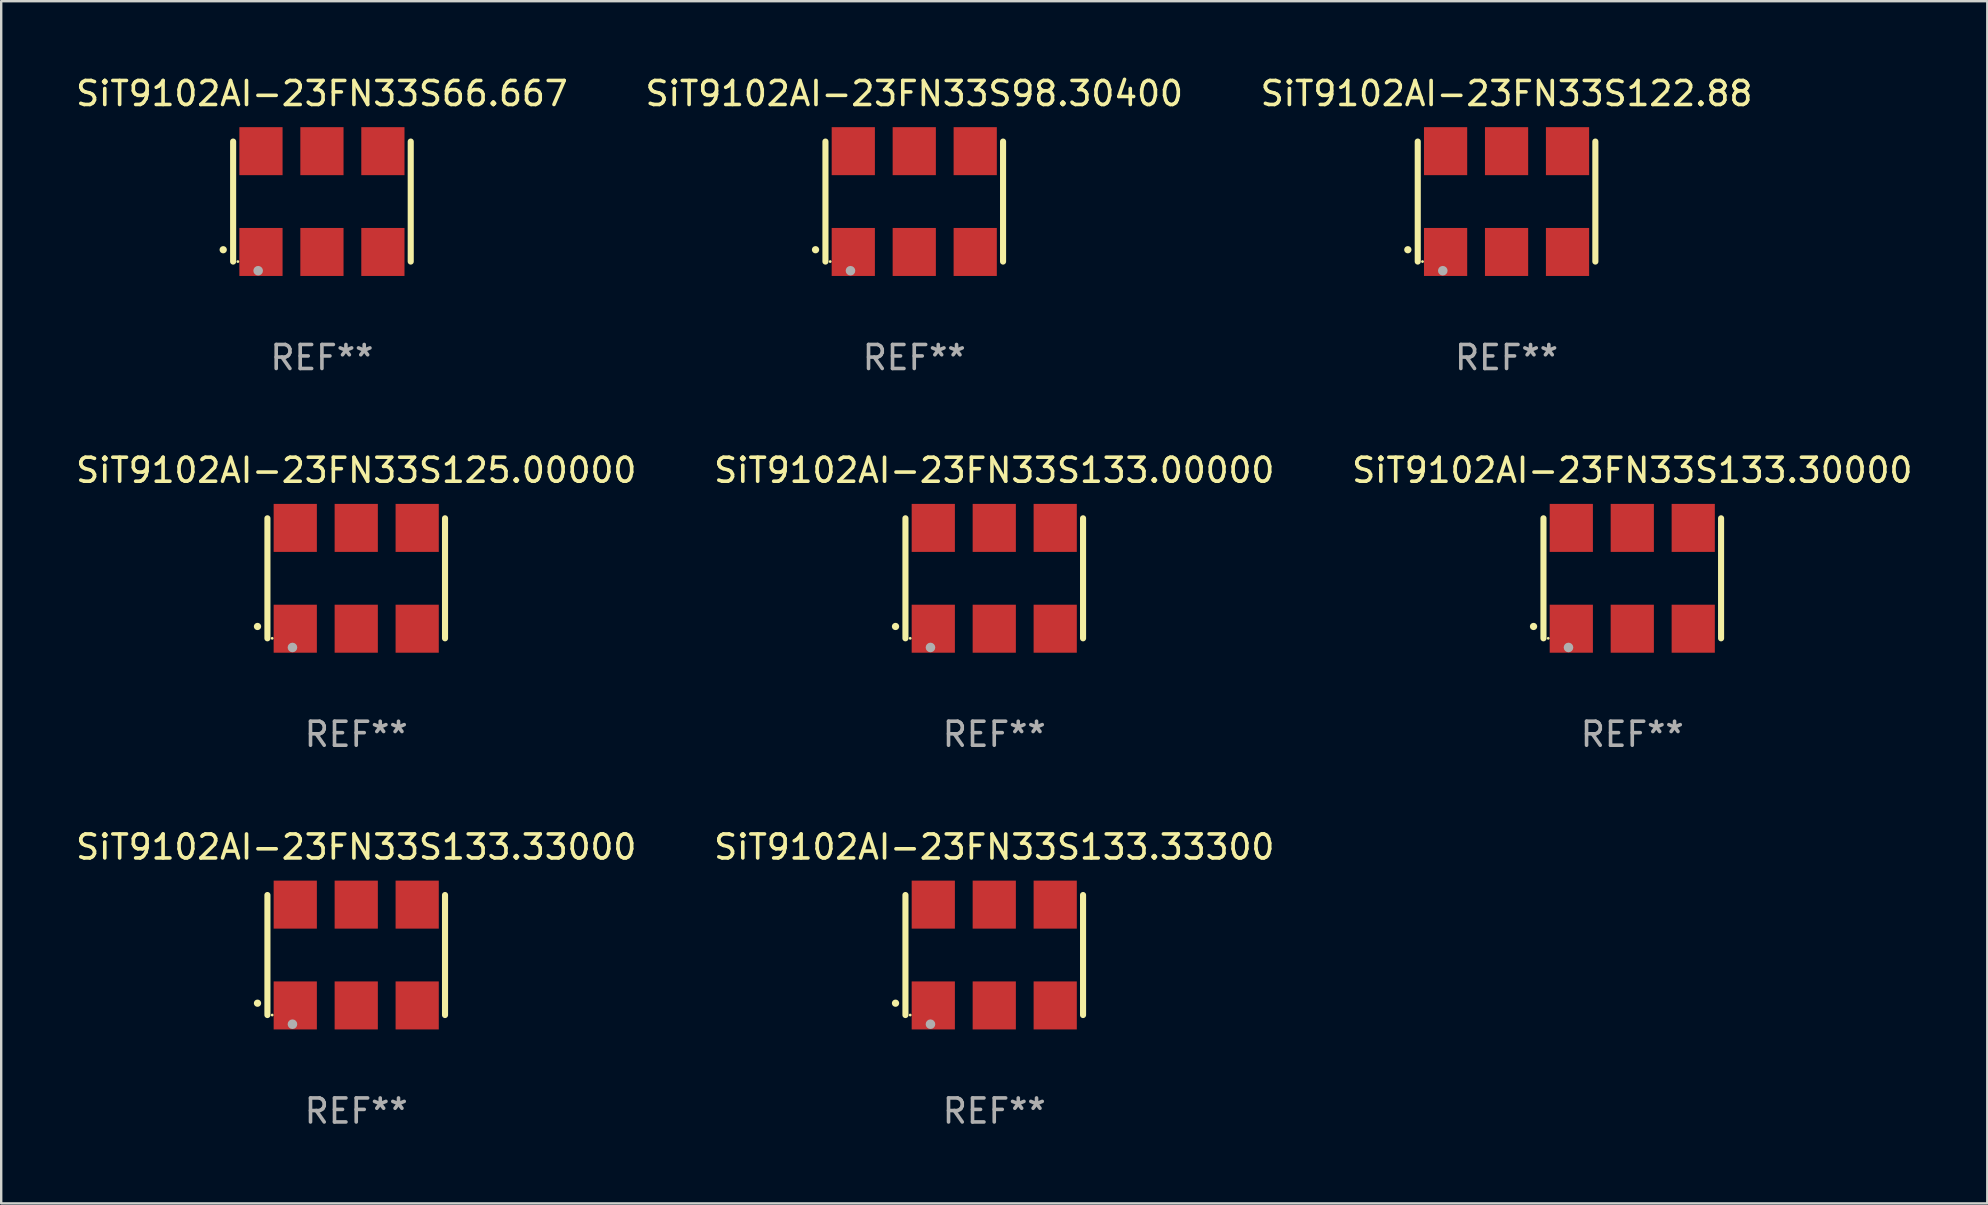
<source format=kicad_pcb>
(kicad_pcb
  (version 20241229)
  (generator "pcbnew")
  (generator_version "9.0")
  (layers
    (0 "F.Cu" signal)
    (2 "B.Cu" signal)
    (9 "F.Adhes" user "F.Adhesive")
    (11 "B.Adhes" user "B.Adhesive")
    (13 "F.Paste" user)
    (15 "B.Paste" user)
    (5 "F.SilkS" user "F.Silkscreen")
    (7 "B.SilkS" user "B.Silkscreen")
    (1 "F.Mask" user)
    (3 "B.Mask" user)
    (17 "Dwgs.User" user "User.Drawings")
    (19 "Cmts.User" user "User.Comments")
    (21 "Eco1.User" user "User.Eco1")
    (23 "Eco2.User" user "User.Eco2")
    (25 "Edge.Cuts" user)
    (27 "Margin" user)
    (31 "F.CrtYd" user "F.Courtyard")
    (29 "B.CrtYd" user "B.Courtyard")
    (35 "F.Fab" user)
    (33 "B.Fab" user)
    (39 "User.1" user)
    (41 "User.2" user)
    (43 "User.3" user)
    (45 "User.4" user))
  (footprint "SiT9102AI-23FN33S66.667"
    (layer "F.Cu")
    (at 10.363 5.348)
    (property "Reference" "SiT9102AI-23FN33S66.667" (at 0 -4.5 0) (layer "F.SilkS") (effects (font (size 1 1) (thickness 0.15))))
    (attr through_hole)
    (fp_line (start -3.7 -2.5) (end -3.7 2.5) (stroke (width 0.254) (type solid)) (layer "F.SilkS"))
    (fp_line (start 3.7 -2.5) (end 3.7 2.5) (stroke (width 0.254) (type solid)) (layer "F.SilkS"))
    (fp_arc (start -4.114415 2.006604) (mid -4.113145 2.006599) (end -4.111875 2.006604) (stroke (width 0.3) (type solid)) (layer "F.SilkS"))
    (fp_circle (center -3.502 2.5) (end -3.472 2.5) (stroke (width 0.06) (type solid)) (fill no) (layer "F.SilkS"))
    (fp_circle (center -2.657 2.882) (end -2.557 2.882) (stroke (width 0.2) (type solid)) (fill no) (layer "F.Fab"))
    (fp_text user "REF**" (at 0 6.5 0) (layer "F.Fab") (effects (font (size 1 1) (thickness 0.15))))
    (pad "1" smd rect (at -2.54 2.1) (size 1.8 2) (layers "F.Cu" "F.Mask" "F.Paste"))
    (pad "2" smd rect (at 0.000394 2.1) (size 1.8 2) (layers "F.Cu" "F.Mask" "F.Paste"))
    (pad "3" smd rect (at 2.54 2.1) (size 1.8 2) (layers "F.Cu" "F.Mask" "F.Paste"))
    (pad "4" smd rect (at 2.54 -2.1) (size 1.8 2) (layers "F.Cu" "F.Mask" "F.Paste"))
    (pad "5" smd rect (at 0.000394 -2.1) (size 1.8 2) (layers "F.Cu" "F.Mask" "F.Paste"))
    (pad "6" smd rect (at -2.54 -2.1) (size 1.8 2) (layers "F.Cu" "F.Mask" "F.Paste")))
  (footprint "SiT9102AI-23FN33S133.00000"
    (layer "F.Cu")
    (at 38.375 21.045)
    (property "Reference" "SiT9102AI-23FN33S133.00000" (at 0 -4.5 0) (layer "F.SilkS") (effects (font (size 1 1) (thickness 0.15))))
    (attr through_hole)
    (fp_line (start -3.7 -2.5) (end -3.7 2.5) (stroke (width 0.254) (type solid)) (layer "F.SilkS"))
    (fp_line (start 3.7 -2.5) (end 3.7 2.5) (stroke (width 0.254) (type solid)) (layer "F.SilkS"))
    (fp_arc (start -4.114415 2.006604) (mid -4.113145 2.006599) (end -4.111875 2.006604) (stroke (width 0.3) (type solid)) (layer "F.SilkS"))
    (fp_circle (center -3.502 2.5) (end -3.472 2.5) (stroke (width 0.06) (type solid)) (fill no) (layer "F.SilkS"))
    (fp_circle (center -2.657 2.882) (end -2.557 2.882) (stroke (width 0.2) (type solid)) (fill no) (layer "F.Fab"))
    (fp_text user "REF**" (at 0 6.5 0) (layer "F.Fab") (effects (font (size 1 1) (thickness 0.15))))
    (pad "1" smd rect (at -2.54 2.1) (size 1.8 2) (layers "F.Cu" "F.Mask" "F.Paste"))
    (pad "2" smd rect (at 0.000394 2.1) (size 1.8 2) (layers "F.Cu" "F.Mask" "F.Paste"))
    (pad "3" smd rect (at 2.54 2.1) (size 1.8 2) (layers "F.Cu" "F.Mask" "F.Paste"))
    (pad "4" smd rect (at 2.54 -2.1) (size 1.8 2) (layers "F.Cu" "F.Mask" "F.Paste"))
    (pad "5" smd rect (at 0.000394 -2.1) (size 1.8 2) (layers "F.Cu" "F.Mask" "F.Paste"))
    (pad "6" smd rect (at -2.54 -2.1) (size 1.8 2) (layers "F.Cu" "F.Mask" "F.Paste")))
  (footprint "SiT9102AI-23FN33S133.30000"
    (layer "F.Cu")
    (at 64.958 21.045)
    (property "Reference" "SiT9102AI-23FN33S133.30000" (at 0 -4.5 0) (layer "F.SilkS") (effects (font (size 1 1) (thickness 0.15))))
    (attr through_hole)
    (fp_line (start -3.7 -2.5) (end -3.7 2.5) (stroke (width 0.254) (type solid)) (layer "F.SilkS"))
    (fp_line (start 3.7 -2.5) (end 3.7 2.5) (stroke (width 0.254) (type solid)) (layer "F.SilkS"))
    (fp_arc (start -4.114415 2.006604) (mid -4.113145 2.006599) (end -4.111875 2.006604) (stroke (width 0.3) (type solid)) (layer "F.SilkS"))
    (fp_circle (center -3.502 2.5) (end -3.472 2.5) (stroke (width 0.06) (type solid)) (fill no) (layer "F.SilkS"))
    (fp_circle (center -2.657 2.882) (end -2.557 2.882) (stroke (width 0.2) (type solid)) (fill no) (layer "F.Fab"))
    (fp_text user "REF**" (at 0 6.5 0) (layer "F.Fab") (effects (font (size 1 1) (thickness 0.15))))
    (pad "1" smd rect (at -2.54 2.1) (size 1.8 2) (layers "F.Cu" "F.Mask" "F.Paste"))
    (pad "2" smd rect (at 0.000394 2.1) (size 1.8 2) (layers "F.Cu" "F.Mask" "F.Paste"))
    (pad "3" smd rect (at 2.54 2.1) (size 1.8 2) (layers "F.Cu" "F.Mask" "F.Paste"))
    (pad "4" smd rect (at 2.54 -2.1) (size 1.8 2) (layers "F.Cu" "F.Mask" "F.Paste"))
    (pad "5" smd rect (at 0.000394 -2.1) (size 1.8 2) (layers "F.Cu" "F.Mask" "F.Paste"))
    (pad "6" smd rect (at -2.54 -2.1) (size 1.8 2) (layers "F.Cu" "F.Mask" "F.Paste")))
  (footprint "SiT9102AI-23FN33S133.33300"
    (layer "F.Cu")
    (at 38.375 36.741)
    (property "Reference" "SiT9102AI-23FN33S133.33300" (at 0 -4.5 0) (layer "F.SilkS") (effects (font (size 1 1) (thickness 0.15))))
    (attr through_hole)
    (fp_line (start -3.7 -2.5) (end -3.7 2.5) (stroke (width 0.254) (type solid)) (layer "F.SilkS"))
    (fp_line (start 3.7 -2.5) (end 3.7 2.5) (stroke (width 0.254) (type solid)) (layer "F.SilkS"))
    (fp_arc (start -4.114415 2.006604) (mid -4.113145 2.006599) (end -4.111875 2.006604) (stroke (width 0.3) (type solid)) (layer "F.SilkS"))
    (fp_circle (center -3.502 2.5) (end -3.472 2.5) (stroke (width 0.06) (type solid)) (fill no) (layer "F.SilkS"))
    (fp_circle (center -2.657 2.882) (end -2.557 2.882) (stroke (width 0.2) (type solid)) (fill no) (layer "F.Fab"))
    (fp_text user "REF**" (at 0 6.5 0) (layer "F.Fab") (effects (font (size 1 1) (thickness 0.15))))
    (pad "1" smd rect (at -2.54 2.1) (size 1.8 2) (layers "F.Cu" "F.Mask" "F.Paste"))
    (pad "2" smd rect (at 0.000394 2.1) (size 1.8 2) (layers "F.Cu" "F.Mask" "F.Paste"))
    (pad "3" smd rect (at 2.54 2.1) (size 1.8 2) (layers "F.Cu" "F.Mask" "F.Paste"))
    (pad "4" smd rect (at 2.54 -2.1) (size 1.8 2) (layers "F.Cu" "F.Mask" "F.Paste"))
    (pad "5" smd rect (at 0.000394 -2.1) (size 1.8 2) (layers "F.Cu" "F.Mask" "F.Paste"))
    (pad "6" smd rect (at -2.54 -2.1) (size 1.8 2) (layers "F.Cu" "F.Mask" "F.Paste")))
  (footprint "SiT9102AI-23FN33S122.88"
    (layer "F.Cu")
    (at 59.72 5.348)
    (property "Reference" "SiT9102AI-23FN33S122.88" (at 0 -4.5 0) (layer "F.SilkS") (effects (font (size 1 1) (thickness 0.15))))
    (attr through_hole)
    (fp_line (start -3.7 -2.5) (end -3.7 2.5) (stroke (width 0.254) (type solid)) (layer "F.SilkS"))
    (fp_line (start 3.7 -2.5) (end 3.7 2.5) (stroke (width 0.254) (type solid)) (layer "F.SilkS"))
    (fp_arc (start -4.114415 2.006604) (mid -4.113145 2.006599) (end -4.111875 2.006604) (stroke (width 0.3) (type solid)) (layer "F.SilkS"))
    (fp_circle (center -3.502 2.5) (end -3.472 2.5) (stroke (width 0.06) (type solid)) (fill no) (layer "F.SilkS"))
    (fp_circle (center -2.657 2.882) (end -2.557 2.882) (stroke (width 0.2) (type solid)) (fill no) (layer "F.Fab"))
    (fp_text user "REF**" (at 0 6.5 0) (layer "F.Fab") (effects (font (size 1 1) (thickness 0.15))))
    (pad "1" smd rect (at -2.54 2.1) (size 1.8 2) (layers "F.Cu" "F.Mask" "F.Paste"))
    (pad "2" smd rect (at 0.000394 2.1) (size 1.8 2) (layers "F.Cu" "F.Mask" "F.Paste"))
    (pad "3" smd rect (at 2.54 2.1) (size 1.8 2) (layers "F.Cu" "F.Mask" "F.Paste"))
    (pad "4" smd rect (at 2.54 -2.1) (size 1.8 2) (layers "F.Cu" "F.Mask" "F.Paste"))
    (pad "5" smd rect (at 0.000394 -2.1) (size 1.8 2) (layers "F.Cu" "F.Mask" "F.Paste"))
    (pad "6" smd rect (at -2.54 -2.1) (size 1.8 2) (layers "F.Cu" "F.Mask" "F.Paste")))
  (footprint "SiT9102AI-23FN33S125.00000"
    (layer "F.Cu")
    (at 11.792 21.045)
    (property "Reference" "SiT9102AI-23FN33S125.00000" (at 0 -4.5 0) (layer "F.SilkS") (effects (font (size 1 1) (thickness 0.15))))
    (attr through_hole)
    (fp_line (start -3.7 -2.5) (end -3.7 2.5) (stroke (width 0.254) (type solid)) (layer "F.SilkS"))
    (fp_line (start 3.7 -2.5) (end 3.7 2.5) (stroke (width 0.254) (type solid)) (layer "F.SilkS"))
    (fp_arc (start -4.114415 2.006604) (mid -4.113145 2.006599) (end -4.111875 2.006604) (stroke (width 0.3) (type solid)) (layer "F.SilkS"))
    (fp_circle (center -3.502 2.5) (end -3.472 2.5) (stroke (width 0.06) (type solid)) (fill no) (layer "F.SilkS"))
    (fp_circle (center -2.657 2.882) (end -2.557 2.882) (stroke (width 0.2) (type solid)) (fill no) (layer "F.Fab"))
    (fp_text user "REF**" (at 0 6.5 0) (layer "F.Fab") (effects (font (size 1 1) (thickness 0.15))))
    (pad "1" smd rect (at -2.54 2.1) (size 1.8 2) (layers "F.Cu" "F.Mask" "F.Paste"))
    (pad "2" smd rect (at 0.000394 2.1) (size 1.8 2) (layers "F.Cu" "F.Mask" "F.Paste"))
    (pad "3" smd rect (at 2.54 2.1) (size 1.8 2) (layers "F.Cu" "F.Mask" "F.Paste"))
    (pad "4" smd rect (at 2.54 -2.1) (size 1.8 2) (layers "F.Cu" "F.Mask" "F.Paste"))
    (pad "5" smd rect (at 0.000394 -2.1) (size 1.8 2) (layers "F.Cu" "F.Mask" "F.Paste"))
    (pad "6" smd rect (at -2.54 -2.1) (size 1.8 2) (layers "F.Cu" "F.Mask" "F.Paste")))
  (footprint "SiT9102AI-23FN33S133.33000"
    (layer "F.Cu")
    (at 11.792 36.741)
    (property "Reference" "SiT9102AI-23FN33S133.33000" (at 0 -4.5 0) (layer "F.SilkS") (effects (font (size 1 1) (thickness 0.15))))
    (attr through_hole)
    (fp_line (start -3.7 -2.5) (end -3.7 2.5) (stroke (width 0.254) (type solid)) (layer "F.SilkS"))
    (fp_line (start 3.7 -2.5) (end 3.7 2.5) (stroke (width 0.254) (type solid)) (layer "F.SilkS"))
    (fp_arc (start -4.114415 2.006604) (mid -4.113145 2.006599) (end -4.111875 2.006604) (stroke (width 0.3) (type solid)) (layer "F.SilkS"))
    (fp_circle (center -3.502 2.5) (end -3.472 2.5) (stroke (width 0.06) (type solid)) (fill no) (layer "F.SilkS"))
    (fp_circle (center -2.657 2.882) (end -2.557 2.882) (stroke (width 0.2) (type solid)) (fill no) (layer "F.Fab"))
    (fp_text user "REF**" (at 0 6.5 0) (layer "F.Fab") (effects (font (size 1 1) (thickness 0.15))))
    (pad "1" smd rect (at -2.54 2.1) (size 1.8 2) (layers "F.Cu" "F.Mask" "F.Paste"))
    (pad "2" smd rect (at 0.000394 2.1) (size 1.8 2) (layers "F.Cu" "F.Mask" "F.Paste"))
    (pad "3" smd rect (at 2.54 2.1) (size 1.8 2) (layers "F.Cu" "F.Mask" "F.Paste"))
    (pad "4" smd rect (at 2.54 -2.1) (size 1.8 2) (layers "F.Cu" "F.Mask" "F.Paste"))
    (pad "5" smd rect (at 0.000394 -2.1) (size 1.8 2) (layers "F.Cu" "F.Mask" "F.Paste"))
    (pad "6" smd rect (at -2.54 -2.1) (size 1.8 2) (layers "F.Cu" "F.Mask" "F.Paste")))
  (footprint "SiT9102AI-23FN33S98.30400"
    (layer "F.Cu")
    (at 35.042 5.348)
    (property "Reference" "SiT9102AI-23FN33S98.30400" (at 0 -4.5 0) (layer "F.SilkS") (effects (font (size 1 1) (thickness 0.15))))
    (attr through_hole)
    (fp_line (start -3.7 -2.5) (end -3.7 2.5) (stroke (width 0.254) (type solid)) (layer "F.SilkS"))
    (fp_line (start 3.7 -2.5) (end 3.7 2.5) (stroke (width 0.254) (type solid)) (layer "F.SilkS"))
    (fp_arc (start -4.114415 2.006604) (mid -4.113145 2.006599) (end -4.111875 2.006604) (stroke (width 0.3) (type solid)) (layer "F.SilkS"))
    (fp_circle (center -3.502 2.5) (end -3.472 2.5) (stroke (width 0.06) (type solid)) (fill no) (layer "F.SilkS"))
    (fp_circle (center -2.657 2.882) (end -2.557 2.882) (stroke (width 0.2) (type solid)) (fill no) (layer "F.Fab"))
    (fp_text user "REF**" (at 0 6.5 0) (layer "F.Fab") (effects (font (size 1 1) (thickness 0.15))))
    (pad "1" smd rect (at -2.54 2.1) (size 1.8 2) (layers "F.Cu" "F.Mask" "F.Paste"))
    (pad "2" smd rect (at 0.000394 2.1) (size 1.8 2) (layers "F.Cu" "F.Mask" "F.Paste"))
    (pad "3" smd rect (at 2.54 2.1) (size 1.8 2) (layers "F.Cu" "F.Mask" "F.Paste"))
    (pad "4" smd rect (at 2.54 -2.1) (size 1.8 2) (layers "F.Cu" "F.Mask" "F.Paste"))
    (pad "5" smd rect (at 0.000394 -2.1) (size 1.8 2) (layers "F.Cu" "F.Mask" "F.Paste"))
    (pad "6" smd rect (at -2.54 -2.1) (size 1.8 2) (layers "F.Cu" "F.Mask" "F.Paste")))
  (gr_rect
    (start -3 -3)
    (end 79.75 47.09)
    (stroke (width 0.1) (type default))
    (fill no)
    (layer "Edge.Cuts")))
</source>
